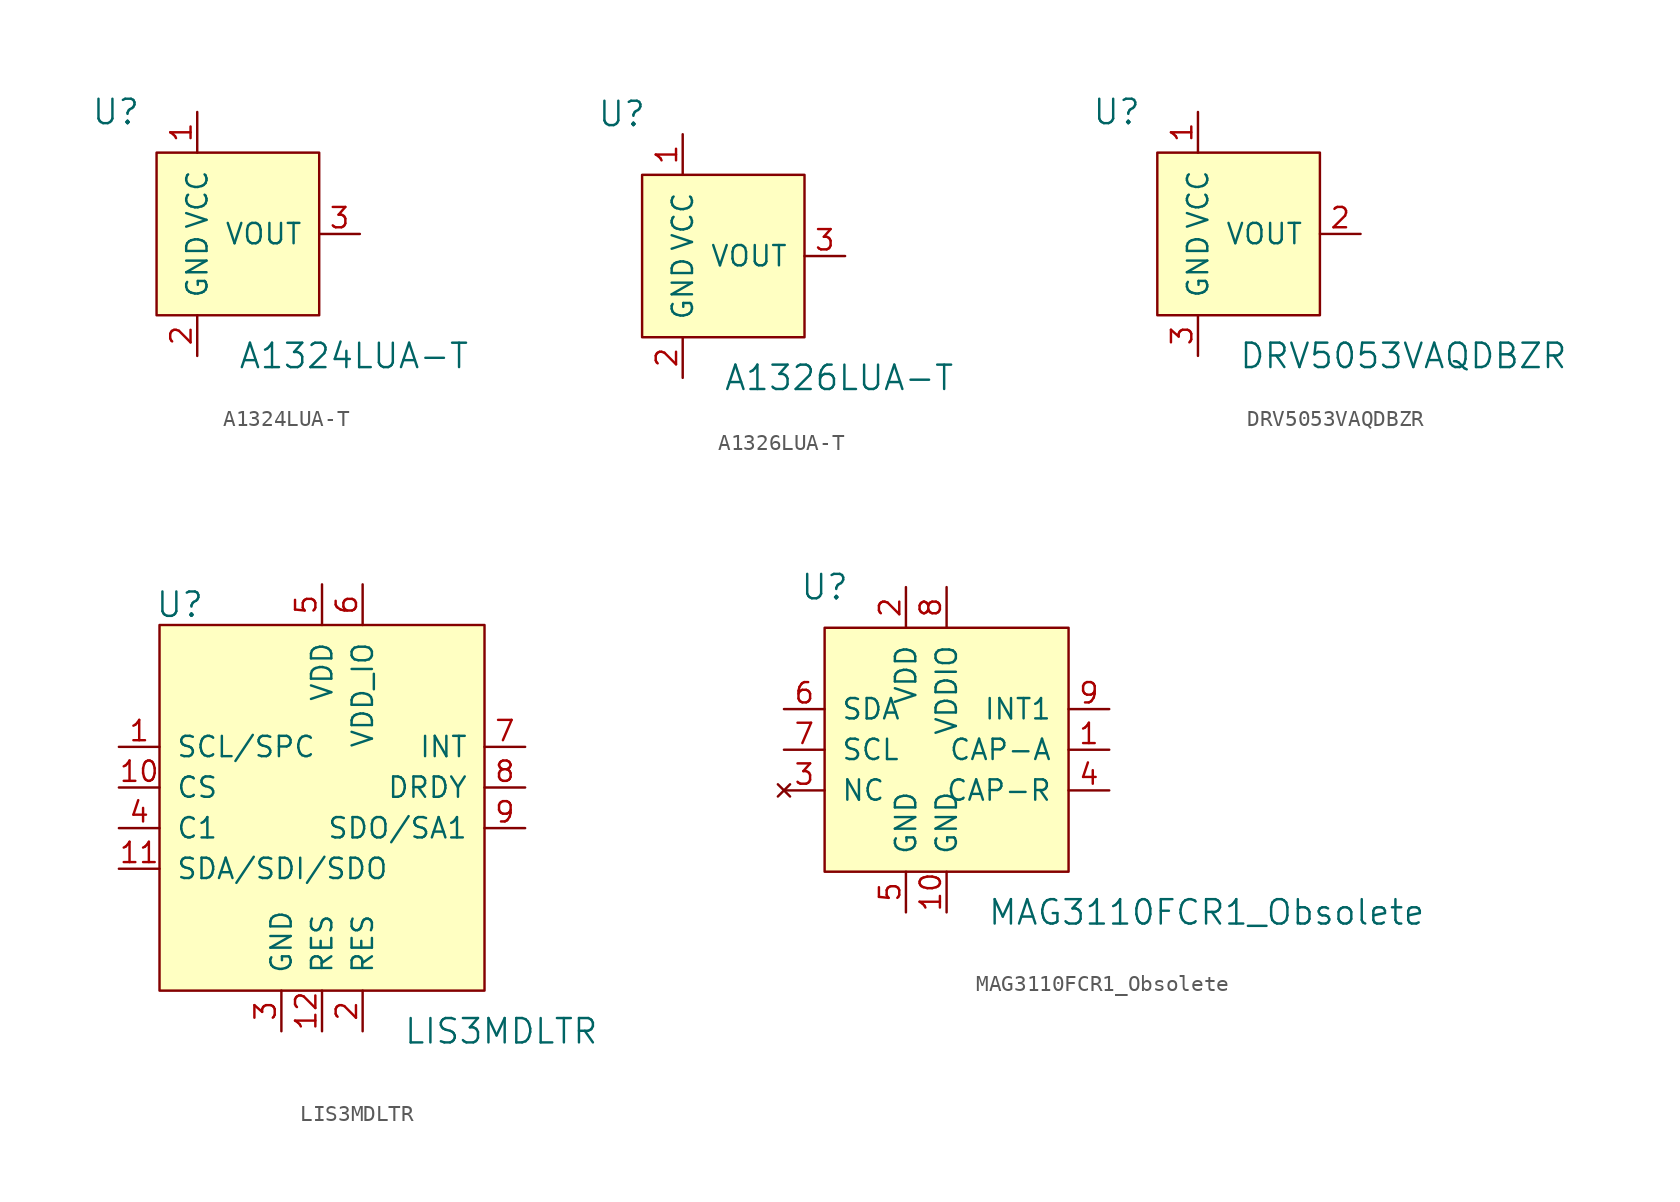
<source format=kicad_sym>
(kicad_symbol_lib
  (version 20220914)
  (generator kicad_symbol_editor)
  (symbol "A1324LUA-T"
    (pin_names
      (offset 1.016))
    (property "Reference" "U"
      (at -5.08 7.62 0)
      (effects (font (size 1.524 1.524))))
    (property "Value" "A1324LUA-T"
      (at 2.54 -7.62 0)
      (effects (font (size 1.524 1.524)) (justify left)))
    (symbol "A1324LUA-T_0_1"
      (rectangle (start 7.62 5.08) (end -2.54 -5.08) (stroke (width 0) (type default)) (fill (type background))))
    (symbol "A1324LUA-T_1_1"
      (pin power_in line (at 0 7.62 270) (length 2.54) (name "VCC" (effects (font (size 1.27 1.27)))) (number "1" (effects (font (size 1.27 1.27)))))
      (pin power_in line (at 0 -7.62 90) (length 2.54) (name "GND" (effects (font (size 1.27 1.27)))) (number "2" (effects (font (size 1.27 1.27)))))
      (pin output line (at 10.16 0 180) (length 2.54) (name "VOUT" (effects (font (size 1.27 1.27)))) (number "3" (effects (font (size 1.27 1.27)))))))
  (symbol "A1326LUA-T"
    (pin_names
      (offset 1.016))
    (property "Reference" "U"
      (at -3.81 8.89 0)
      (effects (font (size 1.524 1.524))))
    (property "Value" "A1326LUA-T"
      (at 2.54 -7.62 0)
      (effects (font (size 1.524 1.524)) (justify left)))
    (symbol "A1326LUA-T_0_1"
      (rectangle (start 7.62 5.08) (end -2.54 -5.08) (stroke (width 0) (type default)) (fill (type background))))
    (symbol "A1326LUA-T_1_1"
      (pin power_in line (at 0 7.62 270) (length 2.54) (name "VCC" (effects (font (size 1.27 1.27)))) (number "1" (effects (font (size 1.27 1.27)))))
      (pin power_in line (at 0 -7.62 90) (length 2.54) (name "GND" (effects (font (size 1.27 1.27)))) (number "2" (effects (font (size 1.27 1.27)))))
      (pin output line (at 10.16 0 180) (length 2.54) (name "VOUT" (effects (font (size 1.27 1.27)))) (number "3" (effects (font (size 1.27 1.27)))))))
  (symbol "DRV5053VAQDBZR"
    (pin_names
      (offset 1.016))
    (property "Reference" "U"
      (at -2.54 7.62 0)
      (effects (font (size 1.524 1.524))))
    (property "Value" "DRV5053VAQDBZR"
      (at 5.08 -7.62 0)
      (effects (font (size 1.524 1.524)) (justify left)))
    (symbol "DRV5053VAQDBZR_0_1"
      (rectangle (start 10.16 5.08) (end 0 -5.08) (stroke (width 0) (type default)) (fill (type background))))
    (symbol "DRV5053VAQDBZR_1_1"
      (pin power_in line (at 2.54 7.62 270) (length 2.54) (name "VCC" (effects (font (size 1.27 1.27)))) (number "1" (effects (font (size 1.27 1.27)))))
      (pin output line (at 12.7 0 180) (length 2.54) (name "VOUT" (effects (font (size 1.27 1.27)))) (number "2" (effects (font (size 1.27 1.27)))))
      (pin power_in line (at 2.54 -7.62 90) (length 2.54) (name "GND" (effects (font (size 1.27 1.27)))) (number "3" (effects (font (size 1.27 1.27)))))))
  (symbol "LIS3MDLTR"
    (pin_names
      (offset 1.016))
    (property "Reference" "U"
      (at -8.89 11.43 0)
      (effects (font (size 1.524 1.524))))
    (property "Value" "LIS3MDLTR"
      (at 5.08 -15.24 0)
      (effects (font (size 1.524 1.524)) (justify left)))
    (symbol "LIS3MDLTR_0_1"
      (rectangle (start -10.16 10.16) (end 10.16 -12.7) (stroke (width 0) (type default)) (fill (type background))))
    (symbol "LIS3MDLTR_1_1"
      (pin input line (at -12.7 2.54 0) (length 2.54) (name "SCL/SPC" (effects (font (size 1.27 1.27)))) (number "1" (effects (font (size 1.27 1.27)))))
      (pin input line (at -12.7 0 0) (length 2.54) (name "CS" (effects (font (size 1.27 1.27)))) (number "10" (effects (font (size 1.27 1.27)))))
      (pin bidirectional line (at -12.7 -5.08 0) (length 2.54) (name "SDA/SDI/SDO" (effects (font (size 1.27 1.27)))) (number "11" (effects (font (size 1.27 1.27)))))
      (pin power_in line (at 0 -15.24 90) (length 2.54) (name "RES" (effects (font (size 1.27 1.27)))) (number "12" (effects (font (size 1.27 1.27)))))
      (pin power_in line (at 2.54 -15.24 90) (length 2.54) (name "RES" (effects (font (size 1.27 1.27)))) (number "2" (effects (font (size 1.27 1.27)))))
      (pin power_in line (at -2.54 -15.24 90) (length 2.54) (name "GND" (effects (font (size 1.27 1.27)))) (number "3" (effects (font (size 1.27 1.27)))))
      (pin passive line (at -12.7 -2.54 0) (length 2.54) (name "C1" (effects (font (size 1.27 1.27)))) (number "4" (effects (font (size 1.27 1.27)))))
      (pin power_in line (at 0 12.7 270) (length 2.54) (name "VDD" (effects (font (size 1.27 1.27)))) (number "5" (effects (font (size 1.27 1.27)))))
      (pin power_in line (at 2.54 12.7 270) (length 2.54) (name "VDD_IO" (effects (font (size 1.27 1.27)))) (number "6" (effects (font (size 1.27 1.27)))))
      (pin output line (at 12.7 2.54 180) (length 2.54) (name "INT" (effects (font (size 1.27 1.27)))) (number "7" (effects (font (size 1.27 1.27)))))
      (pin output line (at 12.7 0 180) (length 2.54) (name "DRDY" (effects (font (size 1.27 1.27)))) (number "8" (effects (font (size 1.27 1.27)))))
      (pin output line (at 12.7 -2.54 180) (length 2.54) (name "SDO/SA1" (effects (font (size 1.27 1.27)))) (number "9" (effects (font (size 1.27 1.27)))))))
  (symbol "MAG3110FCR1_Obsolete"
    (pin_names
      (offset 1.016))
    (property "Reference" "U"
      (at -7.62 10.16 0)
      (effects (font (size 1.524 1.524))))
    (property "Value" "MAG3110FCR1_Obsolete"
      (at 2.54 -10.16 0)
      (effects (font (size 1.524 1.524)) (justify left)))
    (symbol "MAG3110FCR1_Obsolete_0_1"
      (rectangle (start 7.62 7.62) (end -7.62 -7.62) (stroke (width 0) (type default)) (fill (type background))))
    (symbol "MAG3110FCR1_Obsolete_1_1"
      (pin passive line (at 10.16 0 180) (length 2.54) (name "CAP-A" (effects (font (size 1.27 1.27)))) (number "1" (effects (font (size 1.27 1.27)))))
      (pin power_in line (at 0 -10.16 90) (length 2.54) (name "GND" (effects (font (size 1.27 1.27)))) (number "10" (effects (font (size 1.27 1.27)))))
      (pin power_in line (at -2.54 10.16 270) (length 2.54) (name "VDD" (effects (font (size 1.27 1.27)))) (number "2" (effects (font (size 1.27 1.27)))))
      (pin no_connect line (at -10.16 -2.54 0) (length 2.54) (name "NC" (effects (font (size 1.27 1.27)))) (number "3" (effects (font (size 1.27 1.27)))))
      (pin passive line (at 10.16 -2.54 180) (length 2.54) (name "CAP-R" (effects (font (size 1.27 1.27)))) (number "4" (effects (font (size 1.27 1.27)))))
      (pin power_in line (at -2.54 -10.16 90) (length 2.54) (name "GND" (effects (font (size 1.27 1.27)))) (number "5" (effects (font (size 1.27 1.27)))))
      (pin bidirectional line (at -10.16 2.54 0) (length 2.54) (name "SDA" (effects (font (size 1.27 1.27)))) (number "6" (effects (font (size 1.27 1.27)))))
      (pin input line (at -10.16 0 0) (length 2.54) (name "SCL" (effects (font (size 1.27 1.27)))) (number "7" (effects (font (size 1.27 1.27)))))
      (pin power_in line (at 0 10.16 270) (length 2.54) (name "VDDIO" (effects (font (size 1.27 1.27)))) (number "8" (effects (font (size 1.27 1.27)))))
      (pin output line (at 10.16 2.54 180) (length 2.54) (name "INT1" (effects (font (size 1.27 1.27)))) (number "9" (effects (font (size 1.27 1.27))))))))
</source>
